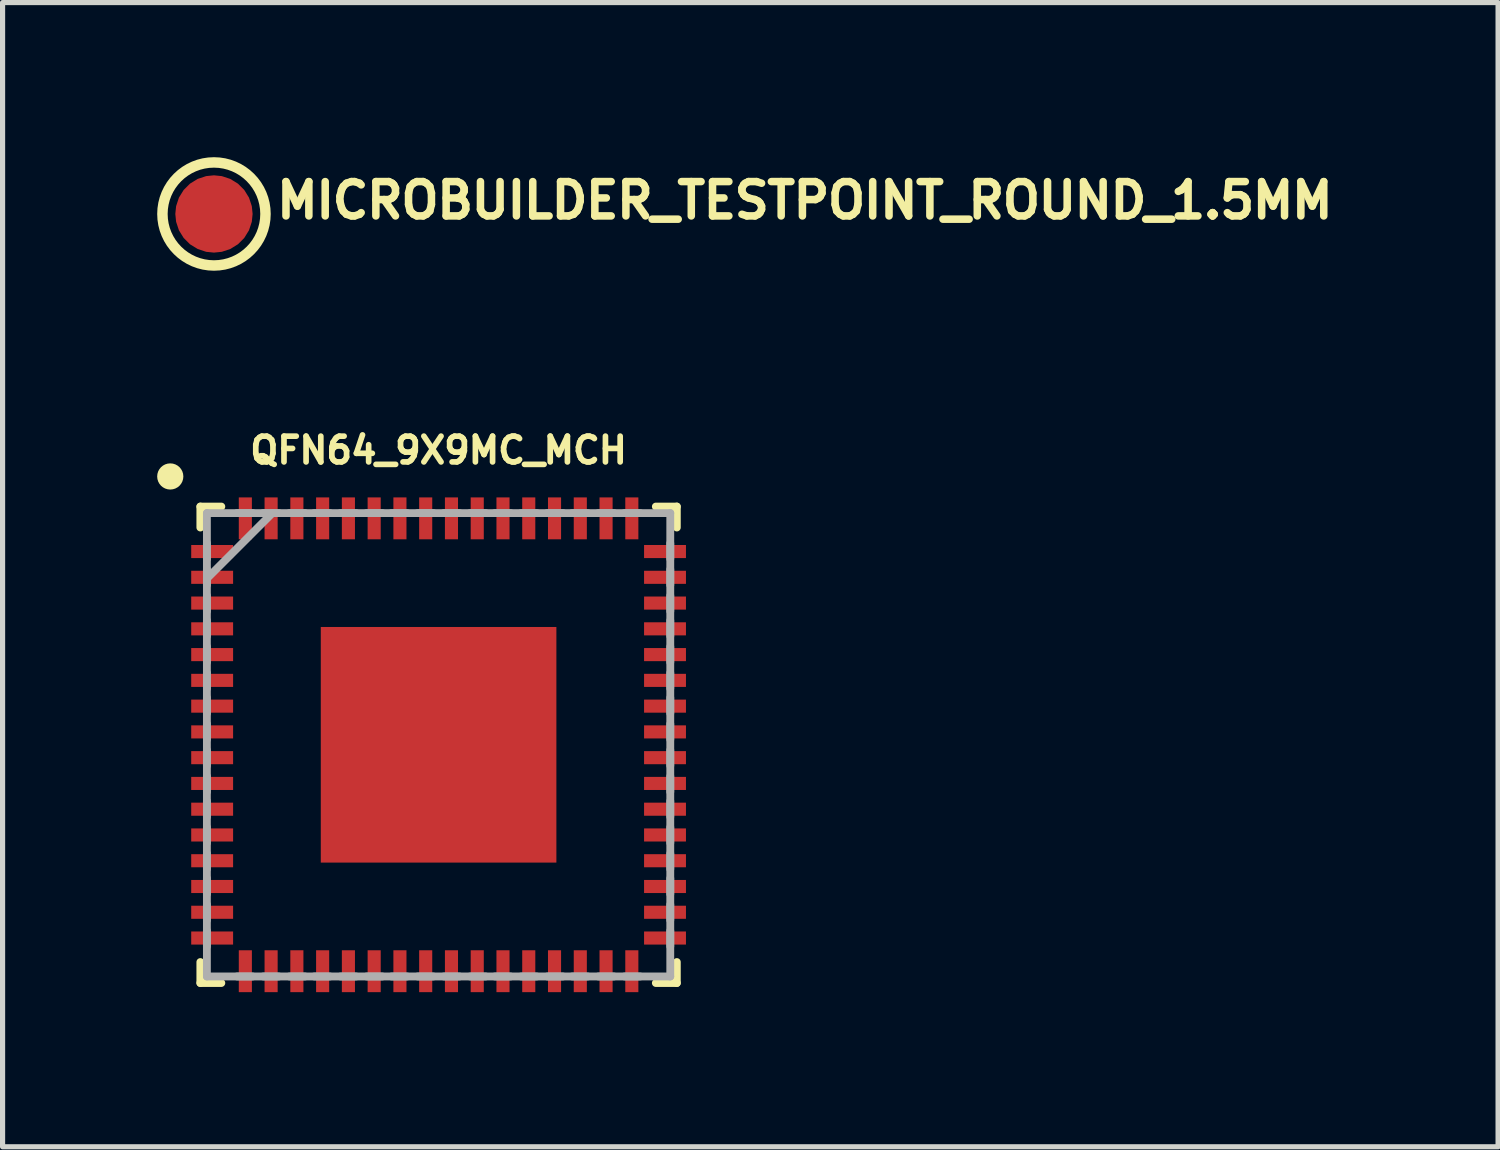
<source format=kicad_pcb>
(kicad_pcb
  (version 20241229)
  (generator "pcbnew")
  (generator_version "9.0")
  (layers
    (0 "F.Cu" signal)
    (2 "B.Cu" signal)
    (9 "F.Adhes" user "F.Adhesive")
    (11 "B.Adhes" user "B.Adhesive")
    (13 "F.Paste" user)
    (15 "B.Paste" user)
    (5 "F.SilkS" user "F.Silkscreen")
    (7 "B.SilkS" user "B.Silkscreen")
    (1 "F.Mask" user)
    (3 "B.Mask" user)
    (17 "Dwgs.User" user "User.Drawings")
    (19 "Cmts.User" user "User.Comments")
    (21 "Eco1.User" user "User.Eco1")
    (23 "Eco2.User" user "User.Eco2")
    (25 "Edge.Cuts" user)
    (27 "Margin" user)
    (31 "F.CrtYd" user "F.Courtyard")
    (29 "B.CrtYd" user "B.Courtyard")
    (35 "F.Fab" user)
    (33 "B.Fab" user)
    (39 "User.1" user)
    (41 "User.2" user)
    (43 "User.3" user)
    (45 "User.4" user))
  (footprint "MICROBUILDER_TESTPOINT_ROUND_1.5MM"
    (layer "F.Cu")
    (at 1.102 1.102)
    (property "Reference" "MICROBUILDER_TESTPOINT_ROUND_1.5MM" (at 1.143 0.127 0) (layer "F.SilkS") (effects (font (size 0.666 0.666) (thickness 0.146)) (justify left bottom)))
    (fp_circle (center 0 0) (end 1 0) (stroke (width 0.203) (type solid)) (fill no) (layer "F.SilkS"))
    (pad "P$1" smd roundrect (at 0 0) (size 1.5 1.5) (layers "F.Cu" "F.Mask") (roundrect_rratio 0.5)))
  (footprint "QFN64_9X9MC_MCH"
    (layer "F.Cu")
    (at 5.461 11.403)
    (property "Reference" "QFN64_9X9MC_MCH" (at 0 -5.715 0) (layer "F.SilkS") (effects (font (size 0.5 0.5) (thickness 0.11))))
    (fp_line (start -4.623 -4.623) (end -4.623 -4.216) (stroke (width 0.152) (type solid)) (layer "F.SilkS"))
    (fp_line (start -4.623 4.216) (end -4.623 4.623) (stroke (width 0.152) (type solid)) (layer "F.SilkS"))
    (fp_line (start -4.623 4.623) (end -4.216 4.623) (stroke (width 0.152) (type solid)) (layer "F.SilkS"))
    (fp_line (start -4.216 -4.623) (end -4.623 -4.623) (stroke (width 0.152) (type solid)) (layer "F.SilkS"))
    (fp_line (start 4.216 4.623) (end 4.623 4.623) (stroke (width 0.152) (type solid)) (layer "F.SilkS"))
    (fp_line (start 4.623 -4.623) (end 4.216 -4.623) (stroke (width 0.152) (type solid)) (layer "F.SilkS"))
    (fp_line (start 4.623 -4.216) (end 4.623 -4.623) (stroke (width 0.152) (type solid)) (layer "F.SilkS"))
    (fp_line (start 4.623 4.623) (end 4.623 4.216) (stroke (width 0.152) (type solid)) (layer "F.SilkS"))
    (fp_circle (center -5.207 -5.207) (end -5.08 -5.207) (stroke (width 0.254) (type solid)) (fill no) (layer "F.SilkS"))
    (fp_poly (pts (xy -0.837 -0.837) (xy -2.161 -0.837) (xy -2.161 -2.161) (xy -0.837 -2.161)) (stroke (width 0) (type solid)) (fill yes) (layer "F.Paste"))
    (fp_poly (pts (xy -0.837 0.662) (xy -2.161 0.662) (xy -2.161 -0.662) (xy -0.837 -0.662)) (stroke (width 0) (type solid)) (fill yes) (layer "F.Paste"))
    (fp_poly (pts (xy -0.837 2.161) (xy -2.161 2.161) (xy -2.161 0.837) (xy -0.837 0.837)) (stroke (width 0) (type solid)) (fill yes) (layer "F.Paste"))
    (fp_poly (pts (xy 0.662 -0.837) (xy -0.662 -0.837) (xy -0.662 -2.161) (xy 0.662 -2.161)) (stroke (width 0) (type solid)) (fill yes) (layer "F.Paste"))
    (fp_poly (pts (xy 0.662 0.662) (xy -0.662 0.662) (xy -0.662 -0.662) (xy 0.662 -0.662)) (stroke (width 0) (type solid)) (fill yes) (layer "F.Paste"))
    (fp_poly (pts (xy 0.662 2.161) (xy -0.662 2.161) (xy -0.662 0.837) (xy 0.662 0.837)) (stroke (width 0) (type solid)) (fill yes) (layer "F.Paste"))
    (fp_poly (pts (xy 2.161 -0.837) (xy 0.837 -0.837) (xy 0.837 -2.161) (xy 2.161 -2.161)) (stroke (width 0) (type solid)) (fill yes) (layer "F.Paste"))
    (fp_poly (pts (xy 2.161 0.662) (xy 0.837 0.662) (xy 0.837 -0.662) (xy 2.161 -0.662)) (stroke (width 0) (type solid)) (fill yes) (layer "F.Paste"))
    (fp_poly (pts (xy 2.161 2.161) (xy 0.837 2.161) (xy 0.837 0.837) (xy 2.161 0.837)) (stroke (width 0) (type solid)) (fill yes) (layer "F.Paste"))
    (fp_line (start -4.496 -4.496) (end -4.496 4.496) (stroke (width 0.152) (type solid)) (layer "F.Fab"))
    (fp_line (start -4.496 -3.912) (end -4.496 -3.607) (stroke (width 0.152) (type solid)) (layer "F.Fab"))
    (fp_line (start -4.496 -3.404) (end -4.496 -3.099) (stroke (width 0.152) (type solid)) (layer "F.Fab"))
    (fp_line (start -4.496 -3.226) (end -3.226 -4.496) (stroke (width 0.152) (type solid)) (layer "F.Fab"))
    (fp_line (start -4.496 -2.896) (end -4.496 -2.591) (stroke (width 0.152) (type solid)) (layer "F.Fab"))
    (fp_line (start -4.496 -2.413) (end -4.496 -2.108) (stroke (width 0.152) (type solid)) (layer "F.Fab"))
    (fp_line (start -4.496 -1.905) (end -4.496 -1.6) (stroke (width 0.152) (type solid)) (layer "F.Fab"))
    (fp_line (start -4.496 -1.397) (end -4.496 -1.092) (stroke (width 0.152) (type solid)) (layer "F.Fab"))
    (fp_line (start -4.496 -0.914) (end -4.496 -0.61) (stroke (width 0.152) (type solid)) (layer "F.Fab"))
    (fp_line (start -4.496 -0.406) (end -4.496 -0.102) (stroke (width 0.152) (type solid)) (layer "F.Fab"))
    (fp_line (start -4.496 0.102) (end -4.496 0.406) (stroke (width 0.152) (type solid)) (layer "F.Fab"))
    (fp_line (start -4.496 0.61) (end -4.496 0.914) (stroke (width 0.152) (type solid)) (layer "F.Fab"))
    (fp_line (start -4.496 1.092) (end -4.496 1.397) (stroke (width 0.152) (type solid)) (layer "F.Fab"))
    (fp_line (start -4.496 1.6) (end -4.496 1.905) (stroke (width 0.152) (type solid)) (layer "F.Fab"))
    (fp_line (start -4.496 2.108) (end -4.496 2.413) (stroke (width 0.152) (type solid)) (layer "F.Fab"))
    (fp_line (start -4.496 2.591) (end -4.496 2.896) (stroke (width 0.152) (type solid)) (layer "F.Fab"))
    (fp_line (start -4.496 3.099) (end -4.496 3.404) (stroke (width 0.152) (type solid)) (layer "F.Fab"))
    (fp_line (start -4.496 3.607) (end -4.496 3.912) (stroke (width 0.152) (type solid)) (layer "F.Fab"))
    (fp_line (start -4.496 4.496) (end 4.496 4.496) (stroke (width 0.152) (type solid)) (layer "F.Fab"))
    (fp_line (start -3.912 4.496) (end -3.607 4.496) (stroke (width 0.152) (type solid)) (layer "F.Fab"))
    (fp_line (start -3.607 -4.496) (end -3.912 -4.496) (stroke (width 0.152) (type solid)) (layer "F.Fab"))
    (fp_line (start -3.404 4.496) (end -3.099 4.496) (stroke (width 0.152) (type solid)) (layer "F.Fab"))
    (fp_line (start -3.099 -4.496) (end -3.404 -4.496) (stroke (width 0.152) (type solid)) (layer "F.Fab"))
    (fp_line (start -2.896 4.496) (end -2.591 4.496) (stroke (width 0.152) (type solid)) (layer "F.Fab"))
    (fp_line (start -2.591 -4.496) (end -2.896 -4.496) (stroke (width 0.152) (type solid)) (layer "F.Fab"))
    (fp_line (start -2.413 4.496) (end -2.108 4.496) (stroke (width 0.152) (type solid)) (layer "F.Fab"))
    (fp_line (start -2.108 -4.496) (end -2.413 -4.496) (stroke (width 0.152) (type solid)) (layer "F.Fab"))
    (fp_line (start -1.905 4.496) (end -1.6 4.496) (stroke (width 0.152) (type solid)) (layer "F.Fab"))
    (fp_line (start -1.6 -4.496) (end -1.905 -4.496) (stroke (width 0.152) (type solid)) (layer "F.Fab"))
    (fp_line (start -1.397 4.496) (end -1.092 4.496) (stroke (width 0.152) (type solid)) (layer "F.Fab"))
    (fp_line (start -1.092 -4.496) (end -1.397 -4.496) (stroke (width 0.152) (type solid)) (layer "F.Fab"))
    (fp_line (start -0.914 4.496) (end -0.61 4.496) (stroke (width 0.152) (type solid)) (layer "F.Fab"))
    (fp_line (start -0.61 -4.496) (end -0.914 -4.496) (stroke (width 0.152) (type solid)) (layer "F.Fab"))
    (fp_line (start -0.406 4.496) (end -0.102 4.496) (stroke (width 0.152) (type solid)) (layer "F.Fab"))
    (fp_line (start -0.102 -4.496) (end -0.406 -4.496) (stroke (width 0.152) (type solid)) (layer "F.Fab"))
    (fp_line (start 0.102 4.496) (end 0.406 4.496) (stroke (width 0.152) (type solid)) (layer "F.Fab"))
    (fp_line (start 0.406 -4.496) (end 0.102 -4.496) (stroke (width 0.152) (type solid)) (layer "F.Fab"))
    (fp_line (start 0.61 4.496) (end 0.914 4.496) (stroke (width 0.152) (type solid)) (layer "F.Fab"))
    (fp_line (start 0.914 -4.496) (end 0.61 -4.496) (stroke (width 0.152) (type solid)) (layer "F.Fab"))
    (fp_line (start 1.092 4.496) (end 1.397 4.496) (stroke (width 0.152) (type solid)) (layer "F.Fab"))
    (fp_line (start 1.397 -4.496) (end 1.092 -4.496) (stroke (width 0.152) (type solid)) (layer "F.Fab"))
    (fp_line (start 1.6 4.496) (end 1.905 4.496) (stroke (width 0.152) (type solid)) (layer "F.Fab"))
    (fp_line (start 1.905 -4.496) (end 1.6 -4.496) (stroke (width 0.152) (type solid)) (layer "F.Fab"))
    (fp_line (start 2.108 4.496) (end 2.413 4.496) (stroke (width 0.152) (type solid)) (layer "F.Fab"))
    (fp_line (start 2.413 -4.496) (end 2.108 -4.496) (stroke (width 0.152) (type solid)) (layer "F.Fab"))
    (fp_line (start 2.591 4.496) (end 2.896 4.496) (stroke (width 0.152) (type solid)) (layer "F.Fab"))
    (fp_line (start 2.896 -4.496) (end 2.591 -4.496) (stroke (width 0.152) (type solid)) (layer "F.Fab"))
    (fp_line (start 3.099 4.496) (end 3.404 4.496) (stroke (width 0.152) (type solid)) (layer "F.Fab"))
    (fp_line (start 3.404 -4.496) (end 3.099 -4.496) (stroke (width 0.152) (type solid)) (layer "F.Fab"))
    (fp_line (start 3.607 4.496) (end 3.912 4.496) (stroke (width 0.152) (type solid)) (layer "F.Fab"))
    (fp_line (start 3.912 -4.496) (end 3.607 -4.496) (stroke (width 0.152) (type solid)) (layer "F.Fab"))
    (fp_line (start 4.496 -4.496) (end -4.496 -4.496) (stroke (width 0.152) (type solid)) (layer "F.Fab"))
    (fp_line (start 4.496 -3.607) (end 4.496 -3.912) (stroke (width 0.152) (type solid)) (layer "F.Fab"))
    (fp_line (start 4.496 -3.099) (end 4.496 -3.404) (stroke (width 0.152) (type solid)) (layer "F.Fab"))
    (fp_line (start 4.496 -2.591) (end 4.496 -2.896) (stroke (width 0.152) (type solid)) (layer "F.Fab"))
    (fp_line (start 4.496 -2.108) (end 4.496 -2.413) (stroke (width 0.152) (type solid)) (layer "F.Fab"))
    (fp_line (start 4.496 -1.6) (end 4.496 -1.905) (stroke (width 0.152) (type solid)) (layer "F.Fab"))
    (fp_line (start 4.496 -1.092) (end 4.496 -1.397) (stroke (width 0.152) (type solid)) (layer "F.Fab"))
    (fp_line (start 4.496 -0.61) (end 4.496 -0.914) (stroke (width 0.152) (type solid)) (layer "F.Fab"))
    (fp_line (start 4.496 -0.102) (end 4.496 -0.406) (stroke (width 0.152) (type solid)) (layer "F.Fab"))
    (fp_line (start 4.496 0.406) (end 4.496 0.102) (stroke (width 0.152) (type solid)) (layer "F.Fab"))
    (fp_line (start 4.496 0.914) (end 4.496 0.61) (stroke (width 0.152) (type solid)) (layer "F.Fab"))
    (fp_line (start 4.496 1.397) (end 4.496 1.092) (stroke (width 0.152) (type solid)) (layer "F.Fab"))
    (fp_line (start 4.496 1.905) (end 4.496 1.6) (stroke (width 0.152) (type solid)) (layer "F.Fab"))
    (fp_line (start 4.496 2.413) (end 4.496 2.108) (stroke (width 0.152) (type solid)) (layer "F.Fab"))
    (fp_line (start 4.496 2.896) (end 4.496 2.591) (stroke (width 0.152) (type solid)) (layer "F.Fab"))
    (fp_line (start 4.496 3.404) (end 4.496 3.099) (stroke (width 0.152) (type solid)) (layer "F.Fab"))
    (fp_line (start 4.496 3.912) (end 4.496 3.607) (stroke (width 0.152) (type solid)) (layer "F.Fab"))
    (fp_line (start 4.496 4.496) (end 4.496 -4.496) (stroke (width 0.152) (type solid)) (layer "F.Fab"))
    (pad "1" smd rect (at -4.394 -3.75 270) (size 0.254 0.813) (layers "F.Cu" "F.Mask" "F.Paste"))
    (pad "2" smd rect (at -4.394 -3.25 270) (size 0.254 0.813) (layers "F.Cu" "F.Mask" "F.Paste"))
    (pad "3" smd rect (at -4.394 -2.75 270) (size 0.254 0.813) (layers "F.Cu" "F.Mask" "F.Paste"))
    (pad "4" smd rect (at -4.394 -2.25 270) (size 0.254 0.813) (layers "F.Cu" "F.Mask" "F.Paste"))
    (pad "5" smd rect (at -4.394 -1.75 270) (size 0.254 0.813) (layers "F.Cu" "F.Mask" "F.Paste"))
    (pad "6" smd rect (at -4.394 -1.25 270) (size 0.254 0.813) (layers "F.Cu" "F.Mask" "F.Paste"))
    (pad "7" smd rect (at -4.394 -0.75 270) (size 0.254 0.813) (layers "F.Cu" "F.Mask" "F.Paste"))
    (pad "8" smd rect (at -4.394 -0.25 270) (size 0.254 0.813) (layers "F.Cu" "F.Mask" "F.Paste"))
    (pad "9" smd rect (at -4.394 0.25 270) (size 0.254 0.813) (layers "F.Cu" "F.Mask" "F.Paste"))
    (pad "10" smd rect (at -4.394 0.75 270) (size 0.254 0.813) (layers "F.Cu" "F.Mask" "F.Paste"))
    (pad "11" smd rect (at -4.394 1.25 270) (size 0.254 0.813) (layers "F.Cu" "F.Mask" "F.Paste"))
    (pad "12" smd rect (at -4.394 1.75 270) (size 0.254 0.813) (layers "F.Cu" "F.Mask" "F.Paste"))
    (pad "13" smd rect (at -4.394 2.25 270) (size 0.254 0.813) (layers "F.Cu" "F.Mask" "F.Paste"))
    (pad "14" smd rect (at -4.394 2.75 270) (size 0.254 0.813) (layers "F.Cu" "F.Mask" "F.Paste"))
    (pad "15" smd rect (at -4.394 3.25 270) (size 0.254 0.813) (layers "F.Cu" "F.Mask" "F.Paste"))
    (pad "16" smd rect (at -4.394 3.75 270) (size 0.254 0.813) (layers "F.Cu" "F.Mask" "F.Paste"))
    (pad "17" smd rect (at -3.75 4.394 180) (size 0.254 0.813) (layers "F.Cu" "F.Mask" "F.Paste"))
    (pad "18" smd rect (at -3.25 4.394 180) (size 0.254 0.813) (layers "F.Cu" "F.Mask" "F.Paste"))
    (pad "19" smd rect (at -2.75 4.394 180) (size 0.254 0.813) (layers "F.Cu" "F.Mask" "F.Paste"))
    (pad "20" smd rect (at -2.25 4.394 180) (size 0.254 0.813) (layers "F.Cu" "F.Mask" "F.Paste"))
    (pad "21" smd rect (at -1.75 4.394 180) (size 0.254 0.813) (layers "F.Cu" "F.Mask" "F.Paste"))
    (pad "22" smd rect (at -1.25 4.394 180) (size 0.254 0.813) (layers "F.Cu" "F.Mask" "F.Paste"))
    (pad "23" smd rect (at -0.75 4.394 180) (size 0.254 0.813) (layers "F.Cu" "F.Mask" "F.Paste"))
    (pad "24" smd rect (at -0.25 4.394 180) (size 0.254 0.813) (layers "F.Cu" "F.Mask" "F.Paste"))
    (pad "25" smd rect (at 0.25 4.394 180) (size 0.254 0.813) (layers "F.Cu" "F.Mask" "F.Paste"))
    (pad "26" smd rect (at 0.75 4.394 180) (size 0.254 0.813) (layers "F.Cu" "F.Mask" "F.Paste"))
    (pad "27" smd rect (at 1.25 4.394 180) (size 0.254 0.813) (layers "F.Cu" "F.Mask" "F.Paste"))
    (pad "28" smd rect (at 1.75 4.394 180) (size 0.254 0.813) (layers "F.Cu" "F.Mask" "F.Paste"))
    (pad "29" smd rect (at 2.25 4.394 180) (size 0.254 0.813) (layers "F.Cu" "F.Mask" "F.Paste"))
    (pad "30" smd rect (at 2.75 4.394 180) (size 0.254 0.813) (layers "F.Cu" "F.Mask" "F.Paste"))
    (pad "31" smd rect (at 3.25 4.394 180) (size 0.254 0.813) (layers "F.Cu" "F.Mask" "F.Paste"))
    (pad "32" smd rect (at 3.75 4.394 180) (size 0.254 0.813) (layers "F.Cu" "F.Mask" "F.Paste"))
    (pad "33" smd rect (at 4.394 3.75 270) (size 0.254 0.813) (layers "F.Cu" "F.Mask" "F.Paste"))
    (pad "34" smd rect (at 4.394 3.25 270) (size 0.254 0.813) (layers "F.Cu" "F.Mask" "F.Paste"))
    (pad "35" smd rect (at 4.394 2.75 270) (size 0.254 0.813) (layers "F.Cu" "F.Mask" "F.Paste"))
    (pad "36" smd rect (at 4.394 2.25 270) (size 0.254 0.813) (layers "F.Cu" "F.Mask" "F.Paste"))
    (pad "37" smd rect (at 4.394 1.75 270) (size 0.254 0.813) (layers "F.Cu" "F.Mask" "F.Paste"))
    (pad "38" smd rect (at 4.394 1.25 270) (size 0.254 0.813) (layers "F.Cu" "F.Mask" "F.Paste"))
    (pad "39" smd rect (at 4.394 0.75 270) (size 0.254 0.813) (layers "F.Cu" "F.Mask" "F.Paste"))
    (pad "40" smd rect (at 4.394 0.25 270) (size 0.254 0.813) (layers "F.Cu" "F.Mask" "F.Paste"))
    (pad "41" smd rect (at 4.394 -0.25 270) (size 0.254 0.813) (layers "F.Cu" "F.Mask" "F.Paste"))
    (pad "42" smd rect (at 4.394 -0.75 270) (size 0.254 0.813) (layers "F.Cu" "F.Mask" "F.Paste"))
    (pad "43" smd rect (at 4.394 -1.25 270) (size 0.254 0.813) (layers "F.Cu" "F.Mask" "F.Paste"))
    (pad "44" smd rect (at 4.394 -1.75 270) (size 0.254 0.813) (layers "F.Cu" "F.Mask" "F.Paste"))
    (pad "45" smd rect (at 4.394 -2.25 270) (size 0.254 0.813) (layers "F.Cu" "F.Mask" "F.Paste"))
    (pad "46" smd rect (at 4.394 -2.75 270) (size 0.254 0.813) (layers "F.Cu" "F.Mask" "F.Paste"))
    (pad "47" smd rect (at 4.394 -3.25 270) (size 0.254 0.813) (layers "F.Cu" "F.Mask" "F.Paste"))
    (pad "48" smd rect (at 4.394 -3.75 270) (size 0.254 0.813) (layers "F.Cu" "F.Mask" "F.Paste"))
    (pad "49" smd rect (at 3.75 -4.394 180) (size 0.254 0.813) (layers "F.Cu" "F.Mask" "F.Paste"))
    (pad "50" smd rect (at 3.25 -4.394 180) (size 0.254 0.813) (layers "F.Cu" "F.Mask" "F.Paste"))
    (pad "51" smd rect (at 2.75 -4.394 180) (size 0.254 0.813) (layers "F.Cu" "F.Mask" "F.Paste"))
    (pad "52" smd rect (at 2.25 -4.394 180) (size 0.254 0.813) (layers "F.Cu" "F.Mask" "F.Paste"))
    (pad "53" smd rect (at 1.75 -4.394 180) (size 0.254 0.813) (layers "F.Cu" "F.Mask" "F.Paste"))
    (pad "54" smd rect (at 1.25 -4.394 180) (size 0.254 0.813) (layers "F.Cu" "F.Mask" "F.Paste"))
    (pad "55" smd rect (at 0.75 -4.394 180) (size 0.254 0.813) (layers "F.Cu" "F.Mask" "F.Paste"))
    (pad "56" smd rect (at 0.25 -4.394 180) (size 0.254 0.813) (layers "F.Cu" "F.Mask" "F.Paste"))
    (pad "57" smd rect (at -0.25 -4.394 180) (size 0.254 0.813) (layers "F.Cu" "F.Mask" "F.Paste"))
    (pad "58" smd rect (at -0.75 -4.394 180) (size 0.254 0.813) (layers "F.Cu" "F.Mask" "F.Paste"))
    (pad "59" smd rect (at -1.25 -4.394 180) (size 0.254 0.813) (layers "F.Cu" "F.Mask" "F.Paste"))
    (pad "60" smd rect (at -1.75 -4.394 180) (size 0.254 0.813) (layers "F.Cu" "F.Mask" "F.Paste"))
    (pad "61" smd rect (at -2.25 -4.394 180) (size 0.254 0.813) (layers "F.Cu" "F.Mask" "F.Paste"))
    (pad "62" smd rect (at -2.75 -4.394 180) (size 0.254 0.813) (layers "F.Cu" "F.Mask" "F.Paste"))
    (pad "63" smd rect (at -3.25 -4.394 180) (size 0.254 0.813) (layers "F.Cu" "F.Mask" "F.Paste"))
    (pad "64" smd rect (at -3.75 -4.394 180) (size 0.254 0.813) (layers "F.Cu" "F.Mask" "F.Paste"))
    (pad "65" smd rect (at 0 0) (size 4.572 4.572) (layers "F.Cu" "F.Mask")))
  (gr_rect
    (start -3 -3)
    (end 26.021 19.204)
    (stroke (width 0.1) (type default))
    (fill no)
    (layer "Edge.Cuts")))
</source>
